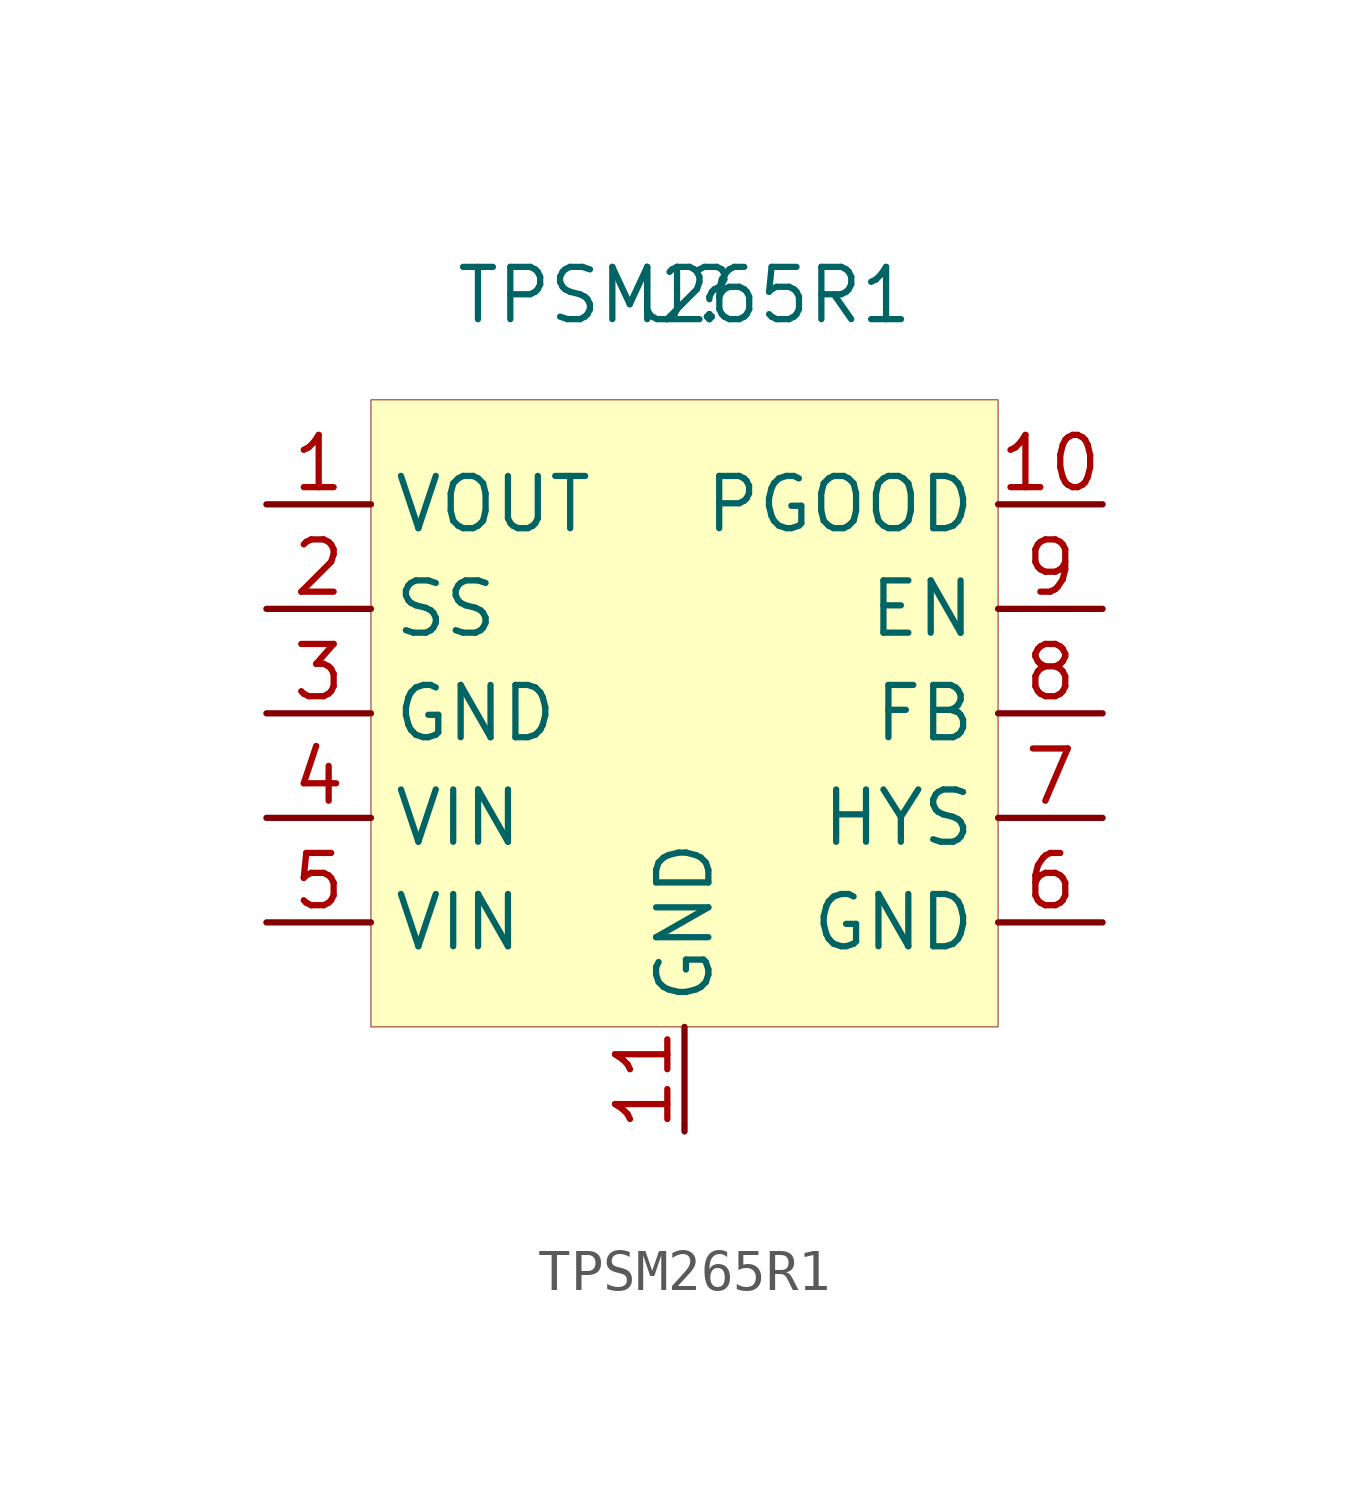
<source format=kicad_sym>
(kicad_symbol_lib
  (version 20201005)
  (generator kicad_symbol_editor)
  (symbol "stanislao_nrf:TPSM265R1"
    (property "Reference" "U"
      (at 0 12.7 0)
      (effects (font (size 1.27 1.27))))
    (property "Value" "TPSM265R1"
      (at 0 12.7 0)
      (effects (font (size 1.27 1.27))))
    (symbol "TPSM265R1_0_0"
      (pin input line (at -10.16 5.08 0) (length 2.54) (name "SS" (effects (font (size 1.27 1.27)))) (number "2" (effects (font (size 1.27 1.27)))))
      (pin input line (at -10.16 2.54 0) (length 2.54) (name "GND" (effects (font (size 1.27 1.27)))) (number "3" (effects (font (size 1.27 1.27)))))
      (pin input line (at -10.16 0 0) (length 2.54) (name "VIN" (effects (font (size 1.27 1.27)))) (number "4" (effects (font (size 1.27 1.27)))))
      (pin input line (at -10.16 -2.54 0) (length 2.54) (name "VIN" (effects (font (size 1.27 1.27)))) (number "5" (effects (font (size 1.27 1.27)))))
      (pin input line (at 10.16 -2.54 180) (length 2.54) (name "GND" (effects (font (size 1.27 1.27)))) (number "6" (effects (font (size 1.27 1.27)))))
      (pin input line (at 10.16 0 180) (length 2.54) (name "HYS" (effects (font (size 1.27 1.27)))) (number "7" (effects (font (size 1.27 1.27)))))
      (pin input line (at 10.16 2.54 180) (length 2.54) (name "FB" (effects (font (size 1.27 1.27)))) (number "8" (effects (font (size 1.27 1.27)))))
      (pin input line (at 10.16 5.08 180) (length 2.54) (name "EN" (effects (font (size 1.27 1.27)))) (number "9" (effects (font (size 1.27 1.27)))))
      (pin input line (at 10.16 7.62 180) (length 2.54) (name "PGOOD" (effects (font (size 1.27 1.27)))) (number "10" (effects (font (size 1.27 1.27)))))
      (pin input line (at 0 -7.62 90) (length 2.54) (name "GND" (effects (font (size 1.27 1.27)))) (number "11" (effects (font (size 1.27 1.27))))))
    (symbol "TPSM265R1_0_1"
      (rectangle (start -7.62 10.16) (end 7.62 -5.08) (stroke (width 0.001)) (fill (type background))))
    (symbol "TPSM265R1_1_1"
      (pin input line (at -10.16 7.62 0) (length 2.54) (name "VOUT" (effects (font (size 1.27 1.27)))) (number "1" (effects (font (size 1.27 1.27))))))))
</source>
